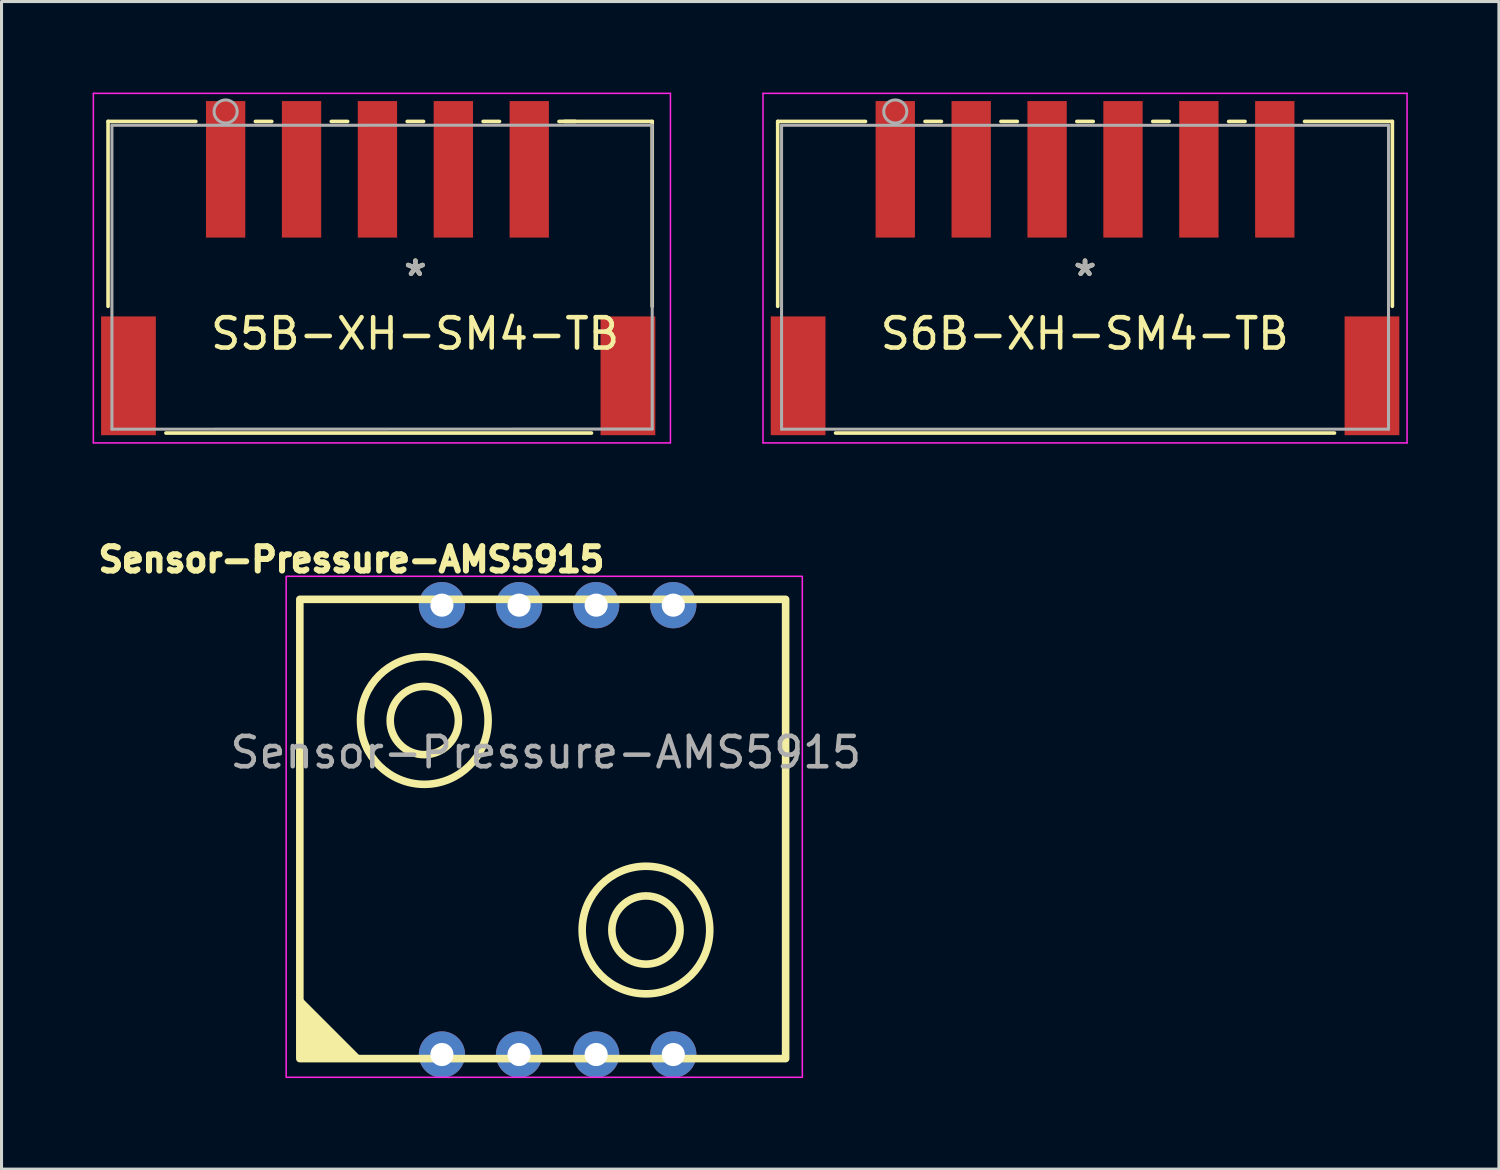
<source format=kicad_pcb>
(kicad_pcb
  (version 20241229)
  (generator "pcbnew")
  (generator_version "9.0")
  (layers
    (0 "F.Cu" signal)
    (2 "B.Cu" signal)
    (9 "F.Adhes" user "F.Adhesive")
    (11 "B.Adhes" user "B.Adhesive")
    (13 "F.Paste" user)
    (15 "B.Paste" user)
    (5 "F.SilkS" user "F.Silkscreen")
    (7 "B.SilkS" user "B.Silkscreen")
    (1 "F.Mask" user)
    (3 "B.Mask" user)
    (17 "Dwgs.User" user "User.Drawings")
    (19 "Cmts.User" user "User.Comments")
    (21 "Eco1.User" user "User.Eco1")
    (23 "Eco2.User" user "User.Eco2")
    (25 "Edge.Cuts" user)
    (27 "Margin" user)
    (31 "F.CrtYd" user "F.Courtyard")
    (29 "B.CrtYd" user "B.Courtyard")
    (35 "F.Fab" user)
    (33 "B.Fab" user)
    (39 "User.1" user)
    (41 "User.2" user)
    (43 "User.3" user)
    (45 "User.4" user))
  (footprint "S6B-XH-SM4-TB"
    (layer "F.Cu")
    (at 32.686 6.081)
    (property "Reference" "S6B-XH-SM4-TB" (at -0.01 1.86 0) (layer "F.SilkS") (effects (font (size 1 1) (thickness 0.15))))
    (attr smd)
    (fp_line (start -10.122 -5.131) (end -10.122 0.958) (stroke (width 0.12) (type solid)) (layer "F.SilkS"))
    (fp_line (start -8.216 5.131) (end 8.216 5.131) (stroke (width 0.12) (type solid)) (layer "F.SilkS"))
    (fp_line (start -7.23 -5.131) (end -10.122 -5.131) (stroke (width 0.12) (type solid)) (layer "F.SilkS"))
    (fp_line (start -4.73 -5.131) (end -5.27 -5.131) (stroke (width 0.12) (type solid)) (layer "F.SilkS"))
    (fp_line (start -2.23 -5.131) (end -2.77 -5.131) (stroke (width 0.12) (type solid)) (layer "F.SilkS"))
    (fp_line (start 0.27 -5.131) (end -0.27 -5.131) (stroke (width 0.12) (type solid)) (layer "F.SilkS"))
    (fp_line (start 2.77 -5.131) (end 2.23 -5.131) (stroke (width 0.12) (type solid)) (layer "F.SilkS"))
    (fp_line (start 5.27 -5.131) (end 4.73 -5.131) (stroke (width 0.12) (type solid)) (layer "F.SilkS"))
    (fp_line (start 10.122 -5.131) (end 7.23 -5.131) (stroke (width 0.12) (type solid)) (layer "F.SilkS"))
    (fp_line (start 10.122 0.958) (end 10.122 -5.131) (stroke (width 0.12) (type solid)) (layer "F.SilkS"))
    (fp_line (start -10.606 -6.056) (end -10.606 5.456) (stroke (width 0.05) (type solid)) (layer "F.CrtYd"))
    (fp_line (start -10.606 5.456) (end 10.606 5.456) (stroke (width 0.05) (type solid)) (layer "F.CrtYd"))
    (fp_line (start 10.606 -6.056) (end -10.606 -6.056) (stroke (width 0.05) (type solid)) (layer "F.CrtYd"))
    (fp_line (start 10.606 5.456) (end 10.606 -6.056) (stroke (width 0.05) (type solid)) (layer "F.CrtYd"))
    (fp_line (start -9.995 -5.004) (end -9.995 5.004) (stroke (width 0.1) (type solid)) (layer "F.Fab"))
    (fp_line (start -9.995 5.004) (end 9.995 5.004) (stroke (width 0.1) (type solid)) (layer "F.Fab"))
    (fp_line (start 9.995 -5.004) (end -9.995 -5.004) (stroke (width 0.1) (type solid)) (layer "F.Fab"))
    (fp_line (start 9.995 5.004) (end 9.995 -5.004) (stroke (width 0.1) (type solid)) (layer "F.Fab"))
    (fp_circle (center -6.25 -5.459) (end -5.869 -5.459) (stroke (width 0.1) (type solid)) (fill no) (layer "F.Fab"))
    (fp_text user "*" (at 0 0 0) (layer "F.SilkS") (effects (font (size 1 1) (thickness 0.15))))
    (fp_text user "*" (at 0 0 0) (layer "F.Fab") (effects (font (size 1 1) (thickness 0.15))))
    (pad "1" smd rect (at -6.25 -3.554) (size 1.295 4.496) (layers "F.Cu" "F.Mask" "F.Paste"))
    (pad "2" smd rect (at -3.75 -3.554) (size 1.295 4.496) (layers "F.Cu" "F.Mask" "F.Paste"))
    (pad "3" smd rect (at -1.25 -3.554) (size 1.295 4.496) (layers "F.Cu" "F.Mask" "F.Paste"))
    (pad "4" smd rect (at 1.25 -3.554) (size 1.295 4.496) (layers "F.Cu" "F.Mask" "F.Paste"))
    (pad "5" smd rect (at 3.75 -3.554) (size 1.295 4.496) (layers "F.Cu" "F.Mask" "F.Paste"))
    (pad "6" smd rect (at 6.25 -3.554) (size 1.295 4.496) (layers "F.Cu" "F.Mask" "F.Paste"))
    (pad "S" smd rect (at -9.45 3.246) (size 1.803 3.912) (layers "F.Cu" "F.Mask" "F.Paste"))
    (pad "S" smd rect (at 9.45 3.246) (size 1.803 3.912) (layers "F.Cu" "F.Mask" "F.Paste")))
  (footprint "Sensor-Pressure-AMS5915"
    (layer "F.Cu")
    (at 14.875 24.181)
    (property "Reference" "Sensor-Pressure-AMS5915" (at -6.35 -8.8 0) (unlocked yes) (layer "F.SilkS") (effects (font (size 0.8 0.8) (thickness 0.2) (bold yes))))
    (attr through_hole)
    (fp_rect (start -8.05 -7.492) (end 7.95 7.635) (stroke (width 0.25) (type solid)) (fill no) (layer "F.SilkS"))
    (fp_circle (center -3.95 -3.5) (end -3 -4.1) (stroke (width 0.25) (type default)) (fill no) (layer "F.SilkS"))
    (fp_circle (center -3.95 -3.5) (end -1.849 -3.5) (stroke (width 0.25) (type default)) (fill no) (layer "F.SilkS"))
    (fp_circle (center 3.35 3.4) (end 4.3 2.8) (stroke (width 0.25) (type default)) (fill no) (layer "F.SilkS"))
    (fp_circle (center 3.35 3.4) (end 5.451 3.4) (stroke (width 0.25) (type default)) (fill no) (layer "F.SilkS"))
    (fp_poly (pts (xy -8.05 7.635) (xy -8.05 5.65) (xy -6.05 7.65)) (stroke (width 0.12) (type solid)) (fill yes) (layer "F.SilkS"))
    (fp_rect (start -8.5 -8.25) (end 8.5 8.25) (stroke (width 0.05) (type solid)) (fill no) (layer "F.CrtYd"))
    (fp_text user "${REFERENCE}" (at 0.05 -2.45 0) (unlocked yes) (layer "F.Fab") (effects (font (size 1 1) (thickness 0.15))))
    (pad "1" thru_hole circle (at -3.37 7.5) (size 1.524 1.524) (drill 0.762) (layers "*.Cu" "*.Mask"))
    (pad "2" thru_hole circle (at -0.83 7.5) (size 1.524 1.524) (drill 0.762) (layers "*.Cu" "*.Mask"))
    (pad "3" thru_hole circle (at 1.71 7.5) (size 1.524 1.524) (drill 0.762) (layers "*.Cu" "*.Mask"))
    (pad "4" thru_hole circle (at 4.25 7.5) (size 1.524 1.524) (drill 0.762) (layers "*.Cu" "*.Mask"))
    (pad "5" thru_hole circle (at 4.25 -7.3) (size 1.524 1.524) (drill 0.762) (layers "*.Cu" "*.Mask"))
    (pad "6" thru_hole circle (at 1.71 -7.3) (size 1.524 1.524) (drill 0.762) (layers "*.Cu" "*.Mask"))
    (pad "7" thru_hole circle (at -0.83 -7.3) (size 1.524 1.524) (drill 0.762) (layers "*.Cu" "*.Mask"))
    (pad "8" thru_hole circle (at -3.37 -7.3) (size 1.524 1.524) (drill 0.762) (layers "*.Cu" "*.Mask")))
  (footprint "S5B-XH-SM4-TB"
    (layer "F.Cu")
    (at 8.431 6.081)
    (property "Reference" "S5B-XH-SM4-TB" (at 2.19 1.86 0) (layer "F.SilkS") (effects (font (size 1 1) (thickness 0.15))))
    (attr through_hole)
    (fp_line (start -7.922 -5.131) (end -7.922 0.958) (stroke (width 0.12) (type solid)) (layer "F.SilkS"))
    (fp_line (start -6.016 5.131) (end 8 5.131) (stroke (width 0.12) (type solid)) (layer "F.SilkS"))
    (fp_line (start -5.03 -5.131) (end -7.922 -5.131) (stroke (width 0.12) (type solid)) (layer "F.SilkS"))
    (fp_line (start -2.53 -5.131) (end -3.07 -5.131) (stroke (width 0.12) (type solid)) (layer "F.SilkS"))
    (fp_line (start -0.03 -5.131) (end -0.57 -5.131) (stroke (width 0.12) (type solid)) (layer "F.SilkS"))
    (fp_line (start 2.47 -5.131) (end 1.93 -5.131) (stroke (width 0.12) (type solid)) (layer "F.SilkS"))
    (fp_line (start 4.97 -5.131) (end 4.43 -5.131) (stroke (width 0.12) (type solid)) (layer "F.SilkS"))
    (fp_line (start 7.47 -5.131) (end 6.93 -5.131) (stroke (width 0.12) (type solid)) (layer "F.SilkS"))
    (fp_line (start 10 -5.131) (end 7.109 -5.131) (stroke (width 0.12) (type solid)) (layer "F.SilkS"))
    (fp_line (start 10 0.958) (end 10 -5.131) (stroke (width 0.12) (type solid)) (layer "F.SilkS"))
    (fp_line (start -8.406 -6.056) (end -8.406 5.456) (stroke (width 0.05) (type solid)) (layer "F.CrtYd"))
    (fp_line (start -8.406 5.456) (end 10.6 5.456) (stroke (width 0.05) (type solid)) (layer "F.CrtYd"))
    (fp_line (start 10.6 -6.056) (end -8.406 -6.056) (stroke (width 0.05) (type solid)) (layer "F.CrtYd"))
    (fp_line (start 10.6 5.456) (end 10.6 -6.056) (stroke (width 0.05) (type solid)) (layer "F.CrtYd"))
    (fp_line (start -7.795 -5.004) (end -7.795 5.004) (stroke (width 0.1) (type solid)) (layer "F.Fab"))
    (fp_line (start -7.795 5.004) (end 10 5) (stroke (width 0.1) (type solid)) (layer "F.Fab"))
    (fp_line (start 10 -5.008) (end -7.795 -5.004) (stroke (width 0.1) (type solid)) (layer "F.Fab"))
    (fp_line (start 10 5) (end 10 -5.008) (stroke (width 0.1) (type solid)) (layer "F.Fab"))
    (fp_circle (center -4.05 -5.459) (end -3.669 -5.459) (stroke (width 0.1) (type solid)) (fill no) (layer "F.Fab"))
    (fp_text user "*" (at 2.2 0 0) (layer "F.SilkS") (effects (font (size 1 1) (thickness 0.15))))
    (fp_text user "*" (at 2.2 0 0) (layer "F.Fab") (effects (font (size 1 1) (thickness 0.15))))
    (pad "1" smd rect (at -4.05 -3.554) (size 1.295 4.496) (layers "F.Cu" "F.Mask" "F.Paste"))
    (pad "2" smd rect (at -1.55 -3.554) (size 1.295 4.496) (layers "F.Cu" "F.Mask" "F.Paste"))
    (pad "3" smd rect (at 0.95 -3.554) (size 1.295 4.496) (layers "F.Cu" "F.Mask" "F.Paste"))
    (pad "4" smd rect (at 3.45 -3.554) (size 1.295 4.496) (layers "F.Cu" "F.Mask" "F.Paste"))
    (pad "5" smd rect (at 5.95 -3.554) (size 1.295 4.496) (layers "F.Cu" "F.Mask" "F.Paste"))
    (pad "S" smd rect (at -7.25 3.246) (size 1.803 3.912) (layers "F.Cu" "F.Mask" "F.Paste"))
    (pad "S" smd rect (at 9.2 3.246) (size 1.803 3.912) (layers "F.Cu" "F.Mask" "F.Paste")))
  (gr_rect
    (start -3 -3)
    (end 46.317 35.456)
    (stroke (width 0.1) (type default))
    (fill no)
    (layer "Edge.Cuts")))
</source>
